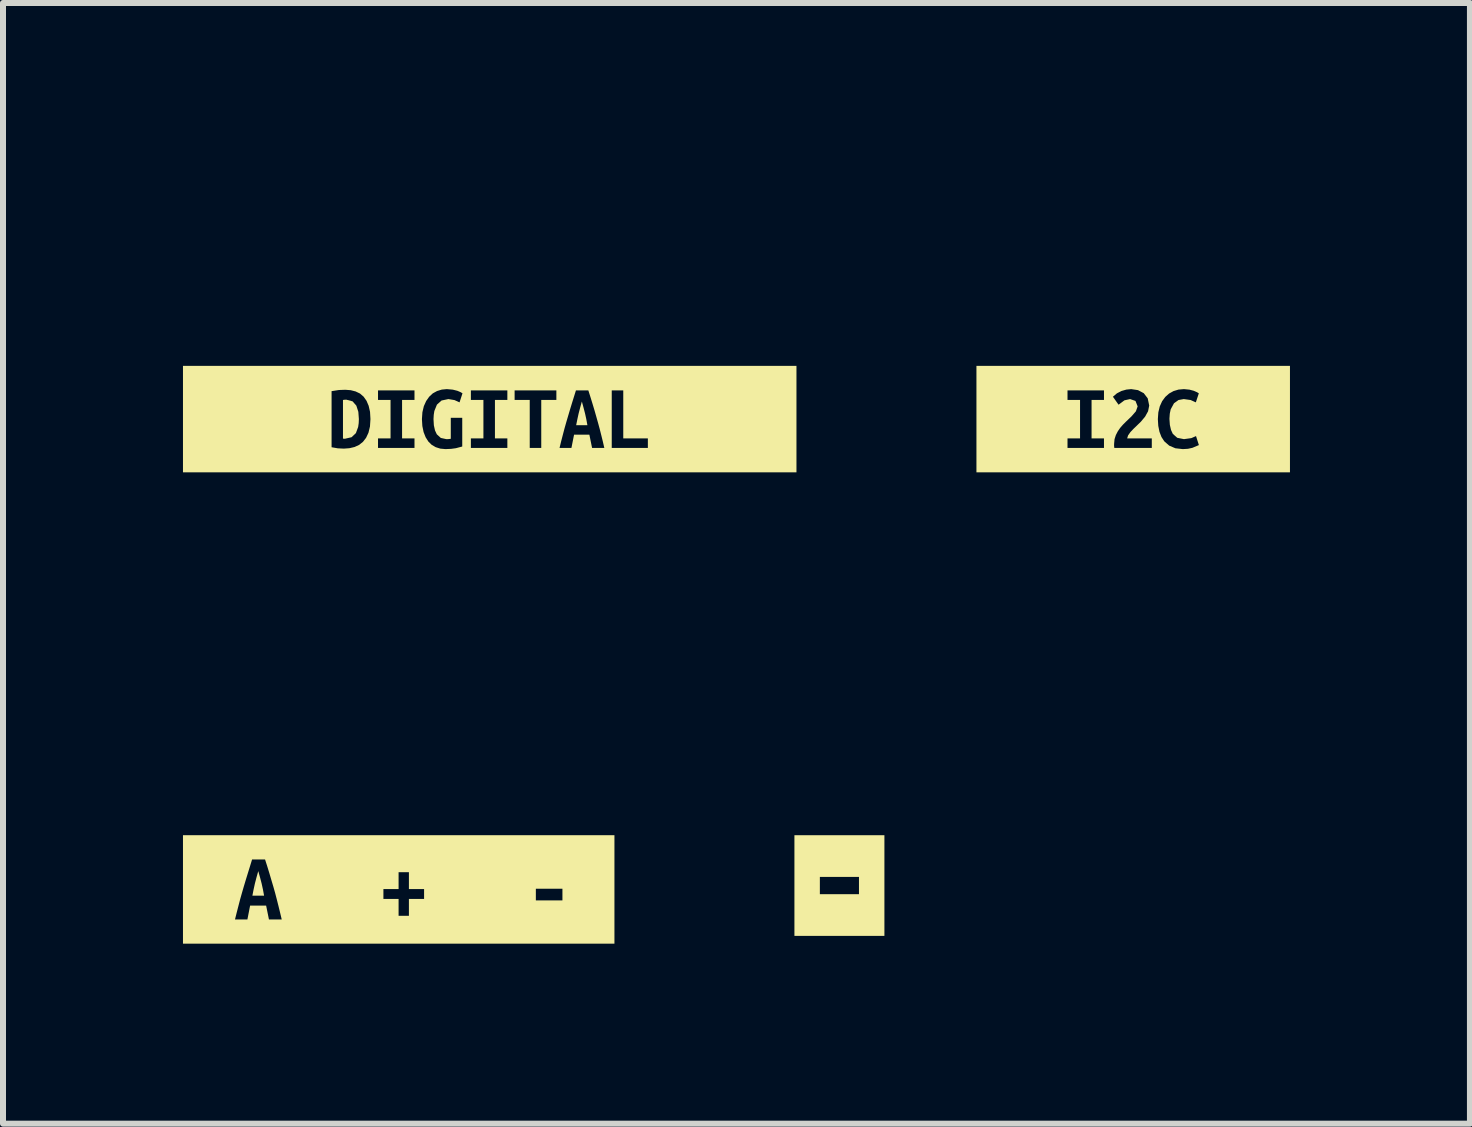
<source format=kicad_pcb>
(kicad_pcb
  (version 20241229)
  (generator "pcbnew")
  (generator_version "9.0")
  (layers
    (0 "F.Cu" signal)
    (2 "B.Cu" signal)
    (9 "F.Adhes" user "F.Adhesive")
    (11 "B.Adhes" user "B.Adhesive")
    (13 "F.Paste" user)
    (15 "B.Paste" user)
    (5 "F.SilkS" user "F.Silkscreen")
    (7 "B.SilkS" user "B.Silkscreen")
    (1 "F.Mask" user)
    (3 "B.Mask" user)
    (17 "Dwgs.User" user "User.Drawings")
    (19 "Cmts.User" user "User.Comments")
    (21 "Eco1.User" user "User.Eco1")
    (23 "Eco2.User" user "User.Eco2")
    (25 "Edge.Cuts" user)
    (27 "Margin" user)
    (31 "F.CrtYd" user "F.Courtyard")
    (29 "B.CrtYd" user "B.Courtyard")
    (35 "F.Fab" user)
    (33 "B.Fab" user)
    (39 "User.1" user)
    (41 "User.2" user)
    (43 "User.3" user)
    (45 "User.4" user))
  (footprint "kibuzzard-6640C44A"
    (layer "F.Cu")
    (at 3.596 11.776)
    (property "Reference" "kibuzzard-6640C44A" (at 0 -3.952 0) (layer "F.SilkS") (effects (font (size 0.001 0.001) (thickness 0.15))))
    (attr board_only exclude_from_pos_files exclude_from_bom)
    (fp_poly (pts (xy -2.341 -0.306) (xy -2.371 -0.199) (xy -2.397 -0.099) (xy -2.419 0.001) (xy -2.439 0.104) (xy -2.244 0.104) (xy -2.263 0.001) (xy -2.285 -0.099) (xy -2.311 -0.199) (xy -2.341 -0.306)) (stroke (width 0) (type solid)) (fill yes) (layer "F.SilkS"))
    (fp_poly (pts (xy -3.192 -0.904) (xy -3.596 -0.904) (xy -3.596 0.904) (xy -3.192 0.904) (xy -2.163 0.904) (xy -2.163 0.5) (xy -2.21 0.269) (xy -2.477 0.269) (xy -2.522 0.5) (xy -2.729 0.5) (xy -2.7 0.384) (xy -2.671 0.272) (xy -2.643 0.164) (xy -2.614 0.061) (xy -2.585 -0.039) (xy -2.549 -0.159) (xy -2.513 -0.276) (xy -2.478 -0.389) (xy -2.444 -0.5) (xy -2.228 -0.5) (xy -2.192 -0.388) (xy -2.157 -0.274) (xy -2.122 -0.155) (xy -2.086 -0.034) (xy -2.058 0.066) (xy -2.031 0.17) (xy -2.004 0.277) (xy -1.977 0.387) (xy -1.95 0.5) (xy -2.163 0.5) (xy -2.163 0.904) (xy 0.17 0.904) (xy 0.17 0.439) (xy -0.002 0.439) (xy -0.002 0.158) (xy -0.255 0.158) (xy -0.255 -0.006) (xy -0.002 -0.006) (xy -0.002 -0.287) (xy 0.17 -0.287) (xy 0.17 -0.006) (xy 0.423 -0.006) (xy 0.423 0.158) (xy 0.17 0.158) (xy 0.17 0.439) (xy 0.17 0.904) (xy 2.729 0.904) (xy 2.729 0.183) (xy 2.286 0.183) (xy 2.286 -0.012) (xy 2.729 -0.012) (xy 2.729 0.183) (xy 2.729 0.904) (xy 3.192 0.904) (xy 3.596 0.904) (xy 3.596 -0.904) (xy 3.192 -0.904) (xy -3.192 -0.904)) (stroke (width 0) (type solid)) (fill yes) (layer "F.SilkS")))
  (footprint "kibuzzard-64612FED"
    (layer "F.Cu")
    (at 10.942 11.711)
    (property "Reference" "kibuzzard-64612FED" (at 0 -3.887 0) (layer "F.SilkS") (effects (font (size 0.001 0.001) (thickness 0.0002))))
    (attr board_only exclude_from_pos_files exclude_from_bom)
    (fp_poly (pts (xy -0.452 -0.839) (xy -0.75 -0.839) (xy -0.75 0.839) (xy -0.452 0.839) (xy 0.326 0.839) (xy 0.326 0.144) (xy -0.326 0.144) (xy -0.326 -0.144) (xy 0.326 -0.144) (xy 0.326 0.144) (xy 0.326 0.839) (xy 0.452 0.839) (xy 0.75 0.839) (xy 0.75 -0.839) (xy 0.452 -0.839) (xy -0.452 -0.839)) (stroke (width 0) (type solid)) (fill yes) (layer "F.SilkS")))
  (footprint "kibuzzard-6640C3B8"
    (layer "F.Cu")
    (at 15.839 3.936)
    (property "Reference" "kibuzzard-6640C3B8" (at 0 -3.935 180) (layer "F.SilkS") (effects (font (size 0.001 0.001) (thickness 0.15))))
    (attr board_only exclude_from_pos_files exclude_from_bom)
    (fp_poly (pts (xy -2.226 -0.887) (xy -2.613 -0.887) (xy -2.613 0.887) (xy -2.226 0.887) (xy -1.095 0.887) (xy -1.095 0.48) (xy -1.095 0.322) (xy -0.886 0.322) (xy -0.886 -0.32) (xy -1.095 -0.32) (xy -1.095 -0.478) (xy -0.487 -0.478) (xy -0.487 -0.32) (xy -0.694 -0.32) (xy -0.694 0.322) (xy -0.487 0.322) (xy -0.487 0.48) (xy -1.095 0.48) (xy -1.095 0.887) (xy 0.31 0.887) (xy 0.31 0.48) (xy -0.315 0.48) (xy -0.319 0.441) (xy -0.318 0.409) (xy -0.311 0.334) (xy -0.289 0.266) (xy -0.257 0.204) (xy -0.217 0.146) (xy -0.171 0.093) (xy -0.122 0.044) (xy -0.074 -0.002) (xy -0.028 -0.046) (xy 0.045 -0.13) (xy 0.074 -0.212) (xy 0.038 -0.303) (xy -0.052 -0.334) (xy -0.146 -0.313) (xy -0.244 -0.24) (xy -0.338 -0.373) (xy -0.271 -0.43) (xy -0.195 -0.469) (xy -0.114 -0.492) (xy -0.033 -0.5) (xy 0.08 -0.483) (xy 0.176 -0.432) (xy 0.242 -0.346) (xy 0.267 -0.226) (xy 0.248 -0.131) (xy 0.199 -0.042) (xy 0.129 0.042) (xy 0.05 0.119) (xy 0.004 0.163) (xy -0.046 0.216) (xy -0.085 0.271) (xy -0.101 0.322) (xy 0.31 0.322) (xy 0.31 0.48) (xy 0.31 0.887) (xy 0.827 0.887) (xy 0.827 0.5) (xy 0.703 0.486) (xy 0.6 0.442) (xy 0.518 0.37) (xy 0.471 0.298) (xy 0.438 0.212) (xy 0.418 0.113) (xy 0.411 0) (xy 0.419 -0.113) (xy 0.443 -0.212) (xy 0.482 -0.298) (xy 0.534 -0.369) (xy 0.598 -0.426) (xy 0.672 -0.467) (xy 0.755 -0.492) (xy 0.846 -0.5) (xy 0.938 -0.491) (xy 1.01 -0.472) (xy 1.062 -0.449) (xy 1.094 -0.43) (xy 1.044 -0.279) (xy 0.958 -0.318) (xy 0.843 -0.334) (xy 0.755 -0.318) (xy 0.68 -0.264) (xy 0.625 -0.163) (xy 0.61 -0.091) (xy 0.604 -0.005) (xy 0.611 0.096) (xy 0.63 0.18) (xy 0.661 0.247) (xy 0.735 0.312) (xy 0.846 0.334) (xy 0.969 0.317) (xy 1.047 0.283) (xy 1.095 0.433) (xy 0.986 0.479) (xy 0.912 0.495) (xy 0.827 0.5) (xy 0.827 0.887) (xy 2.226 0.887) (xy 2.613 0.887) (xy 2.613 -0.887) (xy 2.226 -0.887) (xy -2.226 -0.887)) (stroke (width 0) (type solid)) (fill yes) (layer "F.SilkS")))
  (footprint "kibuzzard-6640BED0"
    (layer "F.Cu")
    (at 5.113 3.936)
    (property "Reference" "kibuzzard-6640BED0" (at 0 -3.935 0) (layer "F.SilkS") (effects (font (size 0.001 0.001) (thickness 0.15))))
    (attr board_only exclude_from_pos_files exclude_from_bom)
    (fp_poly (pts (xy 1.536 -0.293) (xy 1.507 -0.19) (xy 1.482 -0.094) (xy 1.461 0.002) (xy 1.441 0.101) (xy 1.628 0.101) (xy 1.61 0.002) (xy 1.589 -0.094) (xy 1.564 -0.19) (xy 1.536 -0.293)) (stroke (width 0) (type solid)) (fill yes) (layer "F.SilkS"))
    (fp_poly (pts (xy -2.446 0.325) (xy -2.429 0.327) (xy -2.412 0.327) (xy -2.303 0.302) (xy -2.231 0.234) (xy -2.193 0.131) (xy -2.184 0.068) (xy -2.181 0) (xy -2.19 -0.121) (xy -2.223 -0.224) (xy -2.286 -0.296) (xy -2.39 -0.324) (xy -2.418 -0.323) (xy -2.446 -0.319) (xy -2.446 0.325)) (stroke (width 0) (type solid)) (fill yes) (layer "F.SilkS"))
    (fp_poly (pts (xy -4.726 -0.887) (xy -5.113 -0.887) (xy -5.113 0.887) (xy -4.726 0.887) (xy -2.432 0.887) (xy -2.432 0.492) (xy -2.532 0.487) (xy -2.636 0.469) (xy -2.636 -0.466) (xy -2.514 -0.485) (xy -2.407 -0.489) (xy -2.317 -0.482) (xy -2.235 -0.461) (xy -2.162 -0.426) (xy -2.102 -0.374) (xy -2.054 -0.306) (xy -2.018 -0.222) (xy -1.995 -0.121) (xy -1.988 0) (xy -1.996 0.123) (xy -2.021 0.227) (xy -2.061 0.312) (xy -2.113 0.379) (xy -2.177 0.43) (xy -2.253 0.465) (xy -2.338 0.485) (xy -2.432 0.492) (xy -2.432 0.887) (xy -1.862 0.887) (xy -1.862 0.48) (xy -1.862 0.322) (xy -1.653 0.322) (xy -1.653 -0.32) (xy -1.862 -0.32) (xy -1.862 -0.478) (xy -1.254 -0.478) (xy -1.254 -0.32) (xy -1.461 -0.32) (xy -1.461 0.322) (xy -1.254 0.322) (xy -1.254 0.48) (xy -1.862 0.48) (xy -1.862 0.887) (xy -0.738 0.887) (xy -0.738 0.5) (xy -0.824 0.492) (xy -0.9 0.468) (xy -0.967 0.429) (xy -1.023 0.374) (xy -1.068 0.303) (xy -1.102 0.217) (xy -1.123 0.116) (xy -1.13 0) (xy -1.122 -0.115) (xy -1.098 -0.216) (xy -1.059 -0.302) (xy -1.009 -0.373) (xy -0.949 -0.429) (xy -0.878 -0.468) (xy -0.799 -0.492) (xy -0.715 -0.5) (xy -0.615 -0.491) (xy -0.539 -0.472) (xy -0.485 -0.449) (xy -0.454 -0.43) (xy -0.503 -0.279) (xy -0.587 -0.317) (xy -0.689 -0.334) (xy -0.803 -0.31) (xy -0.88 -0.241) (xy -0.923 -0.135) (xy -0.933 -0.071) (xy -0.937 0) (xy -0.931 0.104) (xy -0.912 0.189) (xy -0.882 0.253) (xy -0.815 0.314) (xy -0.723 0.334) (xy -0.686 0.333) (xy -0.649 0.328) (xy -0.649 -0.022) (xy -0.458 -0.022) (xy -0.458 0.457) (xy -0.564 0.485) (xy -0.644 0.496) (xy -0.738 0.5) (xy -0.738 0.887) (xy -0.314 0.887) (xy -0.314 0.48) (xy -0.314 0.322) (xy -0.105 0.322) (xy -0.105 -0.32) (xy -0.314 -0.32) (xy -0.314 -0.478) (xy 0.294 -0.478) (xy 0.294 -0.32) (xy 0.087 -0.32) (xy 0.087 0.322) (xy 0.294 0.322) (xy 0.294 0.48) (xy -0.314 0.48) (xy -0.314 0.887) (xy 0.859 0.887) (xy 0.859 0.48) (xy 0.667 0.48) (xy 0.667 -0.32) (xy 0.415 -0.32) (xy 0.415 -0.478) (xy 1.111 -0.478) (xy 1.111 -0.32) (xy 0.859 -0.32) (xy 0.859 0.48) (xy 0.859 0.887) (xy 1.706 0.887) (xy 1.706 0.48) (xy 1.661 0.259) (xy 1.406 0.259) (xy 1.362 0.48) (xy 1.164 0.48) (xy 1.191 0.369) (xy 1.219 0.261) (xy 1.246 0.158) (xy 1.274 0.059) (xy 1.302 -0.036) (xy 1.336 -0.151) (xy 1.37 -0.263) (xy 1.404 -0.372) (xy 1.437 -0.478) (xy 1.644 -0.478) (xy 1.678 -0.371) (xy 1.712 -0.261) (xy 1.746 -0.148) (xy 1.779 -0.032) (xy 1.806 0.064) (xy 1.833 0.163) (xy 1.859 0.266) (xy 1.885 0.371) (xy 1.91 0.48) (xy 1.706 0.48) (xy 1.706 0.887) (xy 2.636 0.887) (xy 2.636 0.48) (xy 2.034 0.48) (xy 2.034 -0.478) (xy 2.226 -0.478) (xy 2.226 0.322) (xy 2.636 0.322) (xy 2.636 0.48) (xy 2.636 0.887) (xy 4.726 0.887) (xy 5.113 0.887) (xy 5.113 -0.887) (xy 4.726 -0.887) (xy -4.726 -0.887)) (stroke (width 0) (type solid)) (fill yes) (layer "F.SilkS")))
  (gr_rect
    (start -3 -3)
    (end 21.452 15.68)
    (stroke (width 0.1) (type default))
    (fill no)
    (layer "Edge.Cuts")))
</source>
